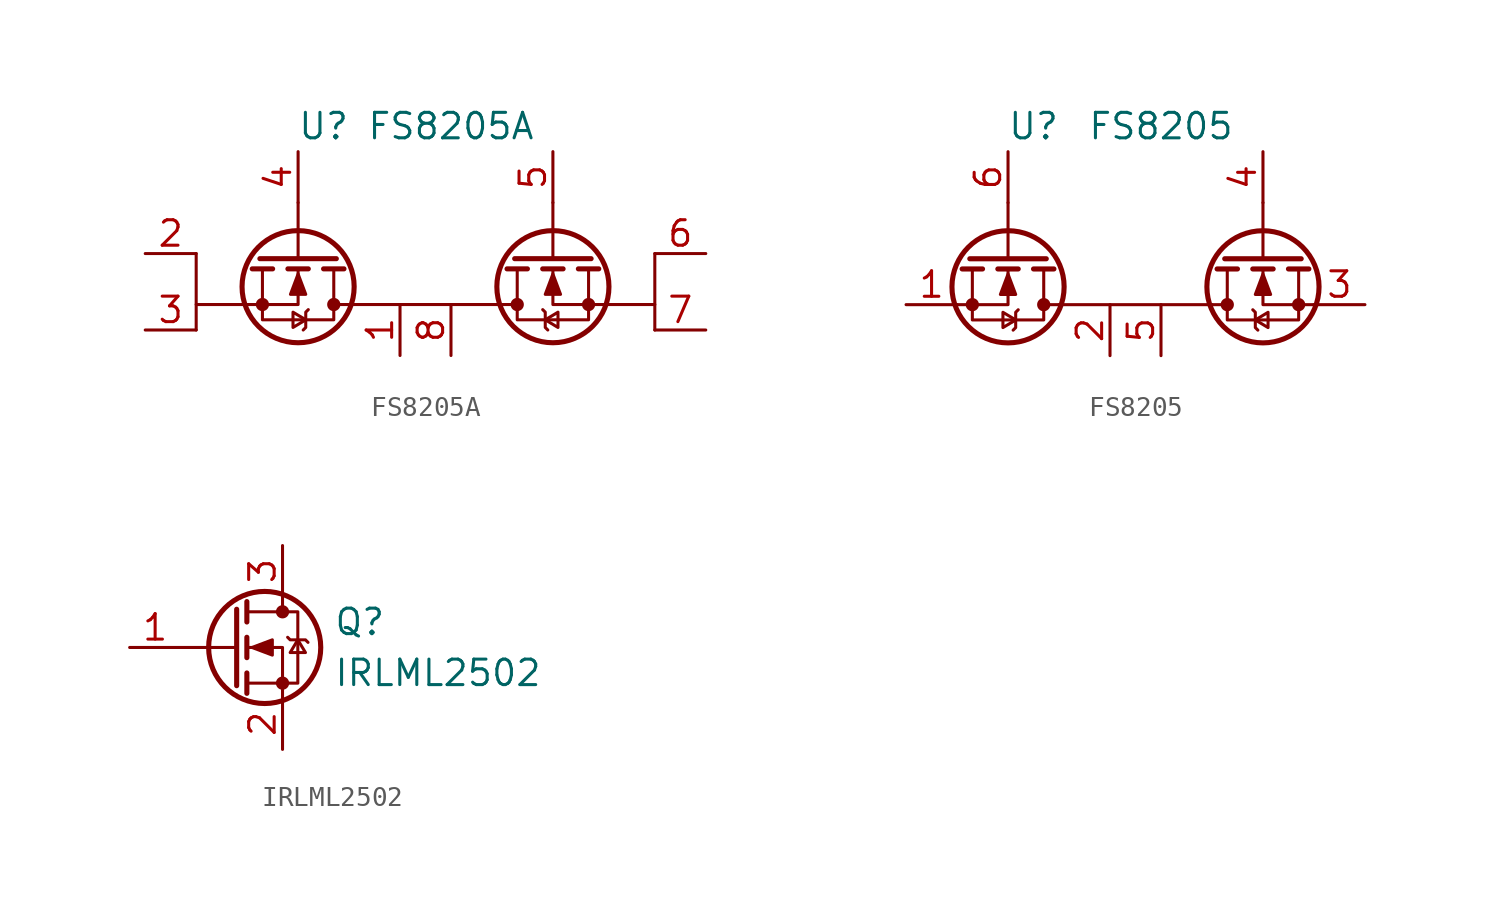
<source format=kicad_sym>
(kicad_symbol_lib
  (version 20211014)
  (generator kicad_symbol_editor)
  (symbol "FS8205A"
    (pin_names
      (offset 1.016) hide)
    (property "Reference" "U"
      (at -5.08 8.89 0)
      (effects (font (size 1.27 1.27))))
    (property "Value" "FS8205A"
      (at 1.27 8.89 0)
      (effects (font (size 1.27 1.27))))
    (symbol "FS8205A_0_1"
      (polyline (pts (xy -11.43 -1.27) (xy -11.43 2.54)) (stroke (width 0) (type default) (color 0 0 0 0)) (fill (type none)))
      (polyline (pts (xy -11.43 0) (xy -8.89 0)) (stroke (width 0) (type default) (color 0 0 0 0)) (fill (type none)))
      (polyline (pts (xy -3.81 0) (xy 3.81 0)) (stroke (width 0) (type default) (color 0 0 0 0)) (fill (type none)))
      (polyline (pts (xy 8.89 0) (xy 11.43 0)) (stroke (width 0) (type default) (color 0 0 0 0)) (fill (type none)))
      (polyline (pts (xy 11.43 2.54) (xy 11.43 -1.27)) (stroke (width 0) (type default) (color 0 0 0 0)) (fill (type none))))
    (symbol "FS8205A_1_1"
      (circle (center -8.128 0) (radius 0.254) (stroke (width 0) (type default) (color 0 0 0 0)) (fill (type outline)))
      (circle (center -6.35 0.889) (radius 2.794) (stroke (width 0.254) (type default) (color 0 0 0 0)) (fill (type none)))
      (circle (center -4.572 0) (radius 0.254) (stroke (width 0) (type default) (color 0 0 0 0)) (fill (type outline)))
      (polyline (pts (xy -7.62 1.778) (xy -8.636 1.778)) (stroke (width 0.254) (type default) (color 0 0 0 0)) (fill (type none)))
      (polyline (pts (xy -6.35 2.286) (xy -6.35 5.08)) (stroke (width 0) (type default) (color 0 0 0 0)) (fill (type none)))
      (polyline (pts (xy -5.842 1.778) (xy -6.858 1.778)) (stroke (width 0.254) (type default) (color 0 0 0 0)) (fill (type none)))
      (polyline (pts (xy -4.445 2.286) (xy -8.255 2.286)) (stroke (width 0.254) (type default) (color 0 0 0 0)) (fill (type none)))
      (polyline (pts (xy -4.064 1.778) (xy -5.08 1.778)) (stroke (width 0.254) (type default) (color 0 0 0 0)) (fill (type none)))
      (polyline (pts (xy -3.81 0) (xy -4.572 0)) (stroke (width 0) (type default) (color 0 0 0 0)) (fill (type none)))
      (polyline (pts (xy 3.81 0) (xy 4.572 0)) (stroke (width 0) (type default) (color 0 0 0 0)) (fill (type none)))
      (polyline (pts (xy 4.064 1.778) (xy 5.08 1.778)) (stroke (width 0.254) (type default) (color 0 0 0 0)) (fill (type none)))
      (polyline (pts (xy 4.445 2.286) (xy 8.255 2.286)) (stroke (width 0.254) (type default) (color 0 0 0 0)) (fill (type none)))
      (polyline (pts (xy 5.842 1.778) (xy 6.858 1.778)) (stroke (width 0.254) (type default) (color 0 0 0 0)) (fill (type none)))
      (polyline (pts (xy 6.35 2.286) (xy 6.35 5.08)) (stroke (width 0) (type default) (color 0 0 0 0)) (fill (type none)))
      (polyline (pts (xy 7.62 1.778) (xy 8.636 1.778)) (stroke (width 0.254) (type default) (color 0 0 0 0)) (fill (type none)))
      (polyline (pts (xy -8.89 0) (xy -6.35 0) (xy -6.35 1.778)) (stroke (width 0) (type default) (color 0 0 0 0)) (fill (type none)))
      (polyline (pts (xy 8.89 0) (xy 6.35 0) (xy 6.35 1.778)) (stroke (width 0) (type default) (color 0 0 0 0)) (fill (type none)))
      (polyline (pts (xy -8.128 1.778) (xy -8.128 -0.762) (xy -4.572 -0.762) (xy -4.572 1.778)) (stroke (width 0) (type default) (color 0 0 0 0)) (fill (type none)))
      (polyline (pts (xy -6.35 1.524) (xy -5.969 0.508) (xy -6.731 0.508) (xy -6.35 1.524)) (stroke (width 0) (type default) (color 0 0 0 0)) (fill (type outline)))
      (polyline (pts (xy -5.969 -0.762) (xy -6.604 -0.381) (xy -6.604 -1.143) (xy -5.969 -0.762)) (stroke (width 0) (type default) (color 0 0 0 0)) (fill (type none)))
      (polyline (pts (xy -5.842 -0.254) (xy -5.969 -0.381) (xy -5.969 -1.143) (xy -6.096 -1.27)) (stroke (width 0) (type default) (color 0 0 0 0)) (fill (type none)))
      (polyline (pts (xy 5.842 -0.254) (xy 5.969 -0.381) (xy 5.969 -1.143) (xy 6.096 -1.27)) (stroke (width 0) (type default) (color 0 0 0 0)) (fill (type none)))
      (polyline (pts (xy 5.969 -0.762) (xy 6.604 -0.381) (xy 6.604 -1.143) (xy 5.969 -0.762)) (stroke (width 0) (type default) (color 0 0 0 0)) (fill (type none)))
      (polyline (pts (xy 6.35 1.524) (xy 5.969 0.508) (xy 6.731 0.508) (xy 6.35 1.524)) (stroke (width 0) (type default) (color 0 0 0 0)) (fill (type outline)))
      (polyline (pts (xy 8.128 1.778) (xy 8.128 -0.762) (xy 4.572 -0.762) (xy 4.572 1.778)) (stroke (width 0) (type default) (color 0 0 0 0)) (fill (type none)))
      (circle (center 4.572 0) (radius 0.254) (stroke (width 0) (type default) (color 0 0 0 0)) (fill (type outline)))
      (circle (center 6.35 0.889) (radius 2.794) (stroke (width 0.254) (type default) (color 0 0 0 0)) (fill (type none)))
      (circle (center 8.128 0) (radius 0.254) (stroke (width 0) (type default) (color 0 0 0 0)) (fill (type outline)))
      (pin passive line (at -1.27 -2.54 90) (length 2.54) (name "D12" (effects (font (size 1.27 1.27)))) (number "1" (effects (font (size 1.27 1.27)))))
      (pin passive line (at -13.97 2.54 0) (length 2.54) (name "S1" (effects (font (size 1.27 1.27)))) (number "2" (effects (font (size 1.27 1.27)))))
      (pin passive line (at -13.97 -1.27 0) (length 2.54) (name "S1" (effects (font (size 1.27 1.27)))) (number "3" (effects (font (size 1.27 1.27)))))
      (pin input line (at -6.35 7.62 270) (length 2.54) (name "G1" (effects (font (size 1.27 1.27)))) (number "4" (effects (font (size 1.27 1.27)))))
      (pin input line (at 6.35 7.62 270) (length 2.54) (name "G2" (effects (font (size 1.27 1.27)))) (number "5" (effects (font (size 1.27 1.27)))))
      (pin passive line (at 13.97 2.54 180) (length 2.54) (name "S2" (effects (font (size 1.27 1.27)))) (number "6" (effects (font (size 1.27 1.27)))))
      (pin passive line (at 13.97 -1.27 180) (length 2.54) (name "S2" (effects (font (size 1.27 1.27)))) (number "7" (effects (font (size 1.27 1.27)))))
      (pin passive line (at 1.27 -2.54 90) (length 2.54) (name "D12" (effects (font (size 1.27 1.27)))) (number "8" (effects (font (size 1.27 1.27)))))))
  (symbol "FS8205"
    (pin_names
      (offset 1.016) hide)
    (property "Reference" "U"
      (at -5.08 8.89 0)
      (effects (font (size 1.27 1.27))))
    (property "Value" "FS8205"
      (at 1.27 8.89 0)
      (effects (font (size 1.27 1.27))))
    (symbol "FS8205_0_1"
      (polyline (pts (xy -3.81 0) (xy 3.81 0)) (stroke (width 0) (type default) (color 0 0 0 0)) (fill (type none))))
    (symbol "FS8205_1_1"
      (circle (center -8.128 0) (radius 0.254) (stroke (width 0) (type default) (color 0 0 0 0)) (fill (type outline)))
      (circle (center -6.35 0.889) (radius 2.794) (stroke (width 0.254) (type default) (color 0 0 0 0)) (fill (type none)))
      (circle (center -4.572 0) (radius 0.254) (stroke (width 0) (type default) (color 0 0 0 0)) (fill (type outline)))
      (polyline (pts (xy -7.62 1.778) (xy -8.636 1.778)) (stroke (width 0.254) (type default) (color 0 0 0 0)) (fill (type none)))
      (polyline (pts (xy -6.35 2.286) (xy -6.35 5.08)) (stroke (width 0) (type default) (color 0 0 0 0)) (fill (type none)))
      (polyline (pts (xy -5.842 1.778) (xy -6.858 1.778)) (stroke (width 0.254) (type default) (color 0 0 0 0)) (fill (type none)))
      (polyline (pts (xy -4.445 2.286) (xy -8.255 2.286)) (stroke (width 0.254) (type default) (color 0 0 0 0)) (fill (type none)))
      (polyline (pts (xy -4.064 1.778) (xy -5.08 1.778)) (stroke (width 0.254) (type default) (color 0 0 0 0)) (fill (type none)))
      (polyline (pts (xy -3.81 0) (xy -4.572 0)) (stroke (width 0) (type default) (color 0 0 0 0)) (fill (type none)))
      (polyline (pts (xy 3.81 0) (xy 4.572 0)) (stroke (width 0) (type default) (color 0 0 0 0)) (fill (type none)))
      (polyline (pts (xy 4.064 1.778) (xy 5.08 1.778)) (stroke (width 0.254) (type default) (color 0 0 0 0)) (fill (type none)))
      (polyline (pts (xy 4.445 2.286) (xy 8.255 2.286)) (stroke (width 0.254) (type default) (color 0 0 0 0)) (fill (type none)))
      (polyline (pts (xy 5.842 1.778) (xy 6.858 1.778)) (stroke (width 0.254) (type default) (color 0 0 0 0)) (fill (type none)))
      (polyline (pts (xy 6.35 2.286) (xy 6.35 5.08)) (stroke (width 0) (type default) (color 0 0 0 0)) (fill (type none)))
      (polyline (pts (xy 7.62 1.778) (xy 8.636 1.778)) (stroke (width 0.254) (type default) (color 0 0 0 0)) (fill (type none)))
      (polyline (pts (xy -8.89 0) (xy -6.35 0) (xy -6.35 1.778)) (stroke (width 0) (type default) (color 0 0 0 0)) (fill (type none)))
      (polyline (pts (xy 8.89 0) (xy 6.35 0) (xy 6.35 1.778)) (stroke (width 0) (type default) (color 0 0 0 0)) (fill (type none)))
      (polyline (pts (xy -8.128 1.778) (xy -8.128 -0.762) (xy -4.572 -0.762) (xy -4.572 1.778)) (stroke (width 0) (type default) (color 0 0 0 0)) (fill (type none)))
      (polyline (pts (xy -6.35 1.524) (xy -5.969 0.508) (xy -6.731 0.508) (xy -6.35 1.524)) (stroke (width 0) (type default) (color 0 0 0 0)) (fill (type outline)))
      (polyline (pts (xy -5.969 -0.762) (xy -6.604 -0.381) (xy -6.604 -1.143) (xy -5.969 -0.762)) (stroke (width 0) (type default) (color 0 0 0 0)) (fill (type none)))
      (polyline (pts (xy -5.842 -0.254) (xy -5.969 -0.381) (xy -5.969 -1.143) (xy -6.096 -1.27)) (stroke (width 0) (type default) (color 0 0 0 0)) (fill (type none)))
      (polyline (pts (xy 5.842 -0.254) (xy 5.969 -0.381) (xy 5.969 -1.143) (xy 6.096 -1.27)) (stroke (width 0) (type default) (color 0 0 0 0)) (fill (type none)))
      (polyline (pts (xy 5.969 -0.762) (xy 6.604 -0.381) (xy 6.604 -1.143) (xy 5.969 -0.762)) (stroke (width 0) (type default) (color 0 0 0 0)) (fill (type none)))
      (polyline (pts (xy 6.35 1.524) (xy 5.969 0.508) (xy 6.731 0.508) (xy 6.35 1.524)) (stroke (width 0) (type default) (color 0 0 0 0)) (fill (type outline)))
      (polyline (pts (xy 8.128 1.778) (xy 8.128 -0.762) (xy 4.572 -0.762) (xy 4.572 1.778)) (stroke (width 0) (type default) (color 0 0 0 0)) (fill (type none)))
      (circle (center 4.572 0) (radius 0.254) (stroke (width 0) (type default) (color 0 0 0 0)) (fill (type outline)))
      (circle (center 6.35 0.889) (radius 2.794) (stroke (width 0.254) (type default) (color 0 0 0 0)) (fill (type none)))
      (circle (center 8.128 0) (radius 0.254) (stroke (width 0) (type default) (color 0 0 0 0)) (fill (type outline)))
      (pin passive line (at -11.43 0 0) (length 2.54) (name "S1" (effects (font (size 1.27 1.27)))) (number "1" (effects (font (size 1.27 1.27)))))
      (pin passive line (at -1.27 -2.54 90) (length 2.54) (name "D12" (effects (font (size 1.27 1.27)))) (number "2" (effects (font (size 1.27 1.27)))))
      (pin passive line (at 11.43 0 180) (length 2.54) (name "S2" (effects (font (size 1.27 1.27)))) (number "3" (effects (font (size 1.27 1.27)))))
      (pin input line (at 6.35 7.62 270) (length 2.54) (name "G2" (effects (font (size 1.27 1.27)))) (number "4" (effects (font (size 1.27 1.27)))))
      (pin passive line (at 1.27 -2.54 90) (length 2.54) (name "D12" (effects (font (size 1.27 1.27)))) (number "5" (effects (font (size 1.27 1.27)))))
      (pin input line (at -6.35 7.62 270) (length 2.54) (name "G1" (effects (font (size 1.27 1.27)))) (number "6" (effects (font (size 1.27 1.27)))))))
  (symbol "IRLML2502"
    (pin_names
      (offset 0) hide)
    (property "Reference" "Q"
      (at 5.08 1.27 0)
      (effects (font (size 1.27 1.27)) (justify left)))
    (property "Value" "IRLML2502"
      (at 5.08 -1.27 0)
      (effects (font (size 1.27 1.27)) (justify left)))
    (symbol "IRLML2502_0_1"
      (polyline (pts (xy 0.254 0) (xy -2.54 0)) (stroke (width 0) (type default) (color 0 0 0 0)) (fill (type none)))
      (polyline (pts (xy 0.254 1.905) (xy 0.254 -1.905)) (stroke (width 0.254) (type default) (color 0 0 0 0)) (fill (type none)))
      (polyline (pts (xy 0.762 -1.27) (xy 0.762 -2.286)) (stroke (width 0.254) (type default) (color 0 0 0 0)) (fill (type none)))
      (polyline (pts (xy 0.762 0.508) (xy 0.762 -0.508)) (stroke (width 0.254) (type default) (color 0 0 0 0)) (fill (type none)))
      (polyline (pts (xy 0.762 2.286) (xy 0.762 1.27)) (stroke (width 0.254) (type default) (color 0 0 0 0)) (fill (type none)))
      (polyline (pts (xy 2.54 2.54) (xy 2.54 1.778)) (stroke (width 0) (type default) (color 0 0 0 0)) (fill (type none)))
      (polyline (pts (xy 2.54 -2.54) (xy 2.54 0) (xy 0.762 0)) (stroke (width 0) (type default) (color 0 0 0 0)) (fill (type none)))
      (polyline (pts (xy 0.762 -1.778) (xy 3.302 -1.778) (xy 3.302 1.778) (xy 0.762 1.778)) (stroke (width 0) (type default) (color 0 0 0 0)) (fill (type none)))
      (polyline (pts (xy 1.016 0) (xy 2.032 0.381) (xy 2.032 -0.381) (xy 1.016 0)) (stroke (width 0) (type default) (color 0 0 0 0)) (fill (type outline)))
      (polyline (pts (xy 2.794 0.508) (xy 2.921 0.381) (xy 3.683 0.381) (xy 3.81 0.254)) (stroke (width 0) (type default) (color 0 0 0 0)) (fill (type none)))
      (polyline (pts (xy 3.302 0.381) (xy 2.921 -0.254) (xy 3.683 -0.254) (xy 3.302 0.381)) (stroke (width 0) (type default) (color 0 0 0 0)) (fill (type none)))
      (circle (center 1.651 0) (radius 2.794) (stroke (width 0.254) (type default) (color 0 0 0 0)) (fill (type none)))
      (circle (center 2.54 -1.778) (radius 0.254) (stroke (width 0) (type default) (color 0 0 0 0)) (fill (type outline)))
      (circle (center 2.54 1.778) (radius 0.254) (stroke (width 0) (type default) (color 0 0 0 0)) (fill (type outline))))
    (symbol "IRLML2502_1_1"
      (pin input line (at -5.08 0 0) (length 2.54) (name "G" (effects (font (size 1.27 1.27)))) (number "1" (effects (font (size 1.27 1.27)))))
      (pin passive line (at 2.54 -5.08 90) (length 2.54) (name "S" (effects (font (size 1.27 1.27)))) (number "2" (effects (font (size 1.27 1.27)))))
      (pin passive line (at 2.54 5.08 270) (length 2.54) (name "D" (effects (font (size 1.27 1.27)))) (number "3" (effects (font (size 1.27 1.27))))))))
</source>
